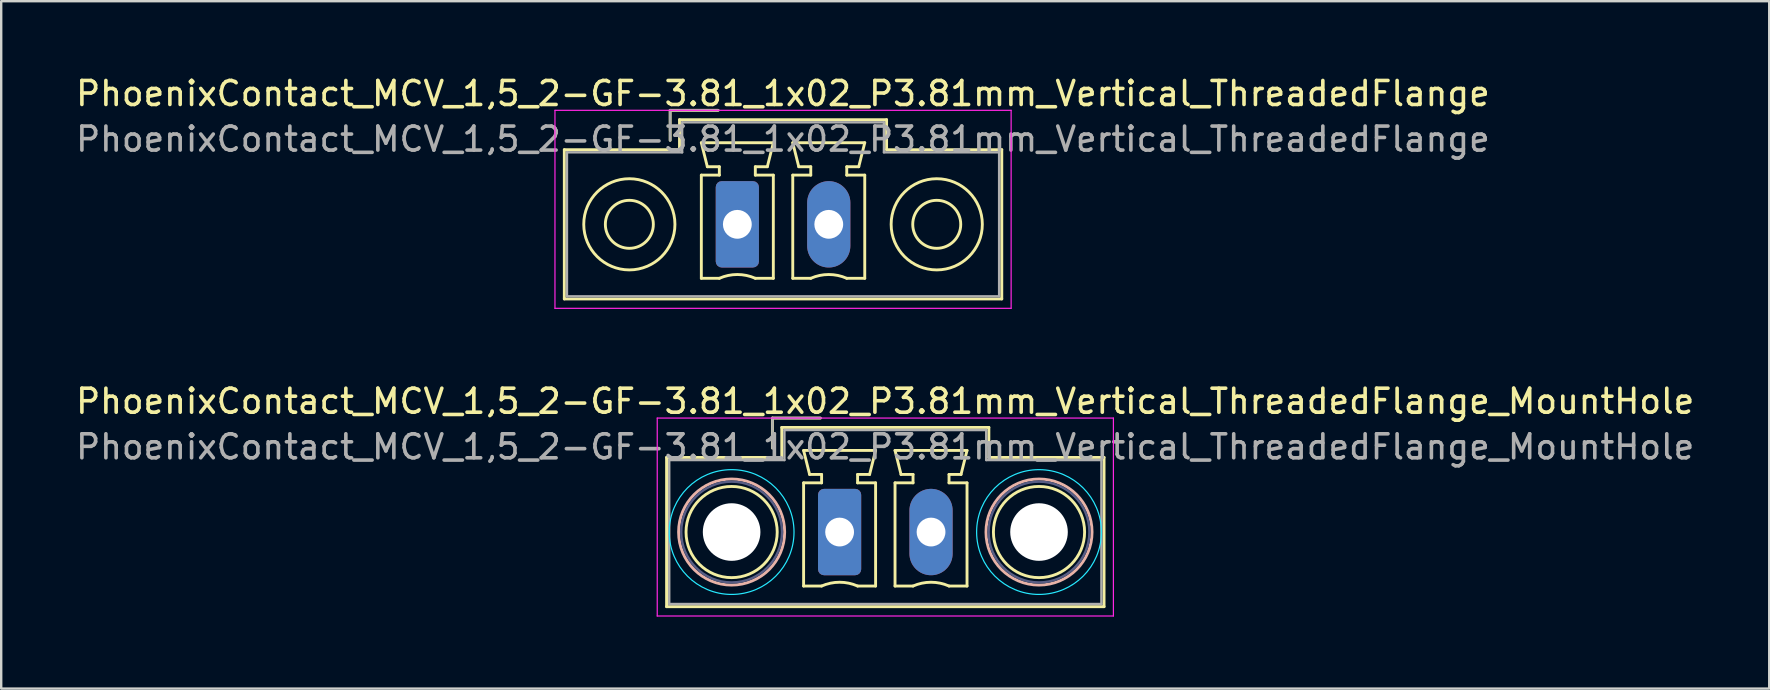
<source format=kicad_pcb>
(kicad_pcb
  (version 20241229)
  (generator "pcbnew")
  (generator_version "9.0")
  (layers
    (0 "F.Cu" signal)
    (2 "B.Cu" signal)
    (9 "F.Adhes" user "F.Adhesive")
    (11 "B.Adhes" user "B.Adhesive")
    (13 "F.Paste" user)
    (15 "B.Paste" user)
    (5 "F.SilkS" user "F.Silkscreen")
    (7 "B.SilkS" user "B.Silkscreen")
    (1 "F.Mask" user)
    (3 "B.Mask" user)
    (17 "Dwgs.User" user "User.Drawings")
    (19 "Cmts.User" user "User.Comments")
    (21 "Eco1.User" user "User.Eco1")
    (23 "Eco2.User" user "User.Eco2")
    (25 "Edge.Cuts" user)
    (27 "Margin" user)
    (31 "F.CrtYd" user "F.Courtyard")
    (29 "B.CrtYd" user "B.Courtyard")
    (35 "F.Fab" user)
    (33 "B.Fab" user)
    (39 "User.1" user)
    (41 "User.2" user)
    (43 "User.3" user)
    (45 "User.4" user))
  (footprint "PhoenixContact_MCV_1,5_2-GF-3.81_1x02_P3.81mm_Vertical_ThreadedFlange"
    (layer "F.Cu")
    (at 27.677 6.298)
    (property "Reference" "PhoenixContact_MCV_1,5_2-GF-3.81_1x02_P3.81mm_Vertical_ThreadedFlange" (at 1.9 -5.45 0) (layer "F.SilkS") (effects (font (size 1 1) (thickness 0.15))))
    (attr through_hole)
    (fp_line (start -7.21 -3.11) (end -7.21 3.11) (stroke (width 0.12) (type solid)) (layer "F.SilkS"))
    (fp_line (start -7.21 3.11) (end 11.02 3.11) (stroke (width 0.12) (type solid)) (layer "F.SilkS"))
    (fp_line (start -2.8 -4.75) (end -0.8 -4.75) (stroke (width 0.12) (type solid)) (layer "F.SilkS"))
    (fp_line (start -2.8 -3.5) (end -2.8 -4.75) (stroke (width 0.12) (type solid)) (layer "F.SilkS"))
    (fp_line (start -2.41 -4.36) (end -2.41 -3.11) (stroke (width 0.12) (type solid)) (layer "F.SilkS"))
    (fp_line (start -2.41 -3.11) (end -7.21 -3.11) (stroke (width 0.12) (type solid)) (layer "F.SilkS"))
    (fp_line (start -1.5 -3.4) (end 1.5 -3.4) (stroke (width 0.12) (type solid)) (layer "F.SilkS"))
    (fp_line (start -1.5 -2.05) (end -0.75 -2.05) (stroke (width 0.12) (type solid)) (layer "F.SilkS"))
    (fp_line (start -1.5 2.25) (end -1.5 -2.05) (stroke (width 0.12) (type solid)) (layer "F.SilkS"))
    (fp_line (start -1.25 -2.4) (end -1.5 -3.4) (stroke (width 0.12) (type solid)) (layer "F.SilkS"))
    (fp_line (start -0.75 -2.4) (end -1.25 -2.4) (stroke (width 0.12) (type solid)) (layer "F.SilkS"))
    (fp_line (start -0.75 -2.05) (end -0.75 -2.4) (stroke (width 0.12) (type solid)) (layer "F.SilkS"))
    (fp_line (start -0.75 2.25) (end -1.5 2.25) (stroke (width 0.12) (type solid)) (layer "F.SilkS"))
    (fp_line (start 0.75 -2.4) (end 0.75 -2.05) (stroke (width 0.12) (type solid)) (layer "F.SilkS"))
    (fp_line (start 0.75 -2.05) (end 1.5 -2.05) (stroke (width 0.12) (type solid)) (layer "F.SilkS"))
    (fp_line (start 1.25 -2.4) (end 0.75 -2.4) (stroke (width 0.12) (type solid)) (layer "F.SilkS"))
    (fp_line (start 1.5 -3.4) (end 1.25 -2.4) (stroke (width 0.12) (type solid)) (layer "F.SilkS"))
    (fp_line (start 1.5 -2.05) (end 1.5 2.25) (stroke (width 0.12) (type solid)) (layer "F.SilkS"))
    (fp_line (start 1.5 2.25) (end 0.75 2.25) (stroke (width 0.12) (type solid)) (layer "F.SilkS"))
    (fp_line (start 2.31 -3.4) (end 5.31 -3.4) (stroke (width 0.12) (type solid)) (layer "F.SilkS"))
    (fp_line (start 2.31 -2.05) (end 3.06 -2.05) (stroke (width 0.12) (type solid)) (layer "F.SilkS"))
    (fp_line (start 2.31 2.25) (end 2.31 -2.05) (stroke (width 0.12) (type solid)) (layer "F.SilkS"))
    (fp_line (start 2.56 -2.4) (end 2.31 -3.4) (stroke (width 0.12) (type solid)) (layer "F.SilkS"))
    (fp_line (start 3.06 -2.4) (end 2.56 -2.4) (stroke (width 0.12) (type solid)) (layer "F.SilkS"))
    (fp_line (start 3.06 -2.05) (end 3.06 -2.4) (stroke (width 0.12) (type solid)) (layer "F.SilkS"))
    (fp_line (start 3.06 2.25) (end 2.31 2.25) (stroke (width 0.12) (type solid)) (layer "F.SilkS"))
    (fp_line (start 4.56 -2.4) (end 4.56 -2.05) (stroke (width 0.12) (type solid)) (layer "F.SilkS"))
    (fp_line (start 4.56 -2.05) (end 5.31 -2.05) (stroke (width 0.12) (type solid)) (layer "F.SilkS"))
    (fp_line (start 5.06 -2.4) (end 4.56 -2.4) (stroke (width 0.12) (type solid)) (layer "F.SilkS"))
    (fp_line (start 5.31 -3.4) (end 5.06 -2.4) (stroke (width 0.12) (type solid)) (layer "F.SilkS"))
    (fp_line (start 5.31 -2.05) (end 5.31 2.25) (stroke (width 0.12) (type solid)) (layer "F.SilkS"))
    (fp_line (start 5.31 2.25) (end 4.56 2.25) (stroke (width 0.12) (type solid)) (layer "F.SilkS"))
    (fp_line (start 6.22 -4.36) (end -2.41 -4.36) (stroke (width 0.12) (type solid)) (layer "F.SilkS"))
    (fp_line (start 6.22 -3.11) (end 6.22 -4.36) (stroke (width 0.12) (type solid)) (layer "F.SilkS"))
    (fp_line (start 11.02 -3.11) (end 6.22 -3.11) (stroke (width 0.12) (type solid)) (layer "F.SilkS"))
    (fp_line (start 11.02 3.11) (end 11.02 -3.11) (stroke (width 0.12) (type solid)) (layer "F.SilkS"))
    (fp_arc (start -0.75 2.25) (mid -0.000193 2.09191) (end 0.749647 2.249844) (stroke (width 0.12) (type solid)) (layer "F.SilkS"))
    (fp_arc (start 3.06 2.25) (mid 3.809807 2.09191) (end 4.559647 2.249844) (stroke (width 0.12) (type solid)) (layer "F.SilkS"))
    (fp_circle (center -4.5 0) (end -3.5 0) (stroke (width 0.12) (type solid)) (fill no) (layer "F.SilkS"))
    (fp_circle (center -4.5 0) (end -2.6 0) (stroke (width 0.12) (type solid)) (fill no) (layer "F.SilkS"))
    (fp_circle (center 8.31 0) (end 9.31 0) (stroke (width 0.12) (type solid)) (fill no) (layer "F.SilkS"))
    (fp_circle (center 8.31 0) (end 10.21 0) (stroke (width 0.12) (type solid)) (fill no) (layer "F.SilkS"))
    (fp_line (start -7.6 -4.75) (end -7.6 3.5) (stroke (width 0.05) (type solid)) (layer "F.CrtYd"))
    (fp_line (start -7.6 3.5) (end 11.41 3.5) (stroke (width 0.05) (type solid)) (layer "F.CrtYd"))
    (fp_line (start 11.41 -4.75) (end -7.6 -4.75) (stroke (width 0.05) (type solid)) (layer "F.CrtYd"))
    (fp_line (start 11.41 3.5) (end 11.41 -4.75) (stroke (width 0.05) (type solid)) (layer "F.CrtYd"))
    (fp_line (start -7.1 -3) (end -7.1 3) (stroke (width 0.1) (type solid)) (layer "F.Fab"))
    (fp_line (start -7.1 3) (end 10.91 3) (stroke (width 0.1) (type solid)) (layer "F.Fab"))
    (fp_line (start -2.8 -4.75) (end -0.8 -4.75) (stroke (width 0.1) (type solid)) (layer "F.Fab"))
    (fp_line (start -2.8 -3.5) (end -2.8 -4.75) (stroke (width 0.1) (type solid)) (layer "F.Fab"))
    (fp_line (start -2.3 -4.25) (end -2.3 -3) (stroke (width 0.1) (type solid)) (layer "F.Fab"))
    (fp_line (start -2.3 -3) (end -7.1 -3) (stroke (width 0.1) (type solid)) (layer "F.Fab"))
    (fp_line (start 6.11 -4.25) (end -2.3 -4.25) (stroke (width 0.1) (type solid)) (layer "F.Fab"))
    (fp_line (start 6.11 -3) (end 6.11 -4.25) (stroke (width 0.1) (type solid)) (layer "F.Fab"))
    (fp_line (start 10.91 -3) (end 6.11 -3) (stroke (width 0.1) (type solid)) (layer "F.Fab"))
    (fp_line (start 10.91 3) (end 10.91 -3) (stroke (width 0.1) (type solid)) (layer "F.Fab"))
    (fp_text user "${REFERENCE}" (at 1.9 -3.55 0) (layer "F.Fab") (effects (font (size 1 1) (thickness 0.15))))
    (pad "1" thru_hole roundrect (at 0 0) (size 1.8 3.6) (drill 1.2) (layers "*.Cu" "*.Mask") (roundrect_rratio 0.139))
    (pad "2" thru_hole oval (at 3.81 0) (size 1.8 3.6) (drill 1.2) (layers "*.Cu" "*.Mask")))
  (footprint "PhoenixContact_MCV_1,5_2-GF-3.81_1x02_P3.81mm_Vertical_ThreadedFlange_MountHole"
    (layer "F.Cu")
    (at 31.939 19.122)
    (property "Reference" "PhoenixContact_MCV_1,5_2-GF-3.81_1x02_P3.81mm_Vertical_ThreadedFlange_MountHole" (at 1.9 -5.45 0) (layer "F.SilkS") (effects (font (size 1 1) (thickness 0.15))))
    (attr through_hole)
    (fp_line (start -7.21 -3.11) (end -7.21 3.11) (stroke (width 0.12) (type solid)) (layer "F.SilkS"))
    (fp_line (start -7.21 3.11) (end 11.02 3.11) (stroke (width 0.12) (type solid)) (layer "F.SilkS"))
    (fp_line (start -2.8 -4.75) (end -0.8 -4.75) (stroke (width 0.12) (type solid)) (layer "F.SilkS"))
    (fp_line (start -2.8 -3.5) (end -2.8 -4.75) (stroke (width 0.12) (type solid)) (layer "F.SilkS"))
    (fp_line (start -2.41 -4.36) (end -2.41 -3.11) (stroke (width 0.12) (type solid)) (layer "F.SilkS"))
    (fp_line (start -2.41 -3.11) (end -7.21 -3.11) (stroke (width 0.12) (type solid)) (layer "F.SilkS"))
    (fp_line (start -1.5 -3.4) (end 1.5 -3.4) (stroke (width 0.12) (type solid)) (layer "F.SilkS"))
    (fp_line (start -1.5 -2.05) (end -0.75 -2.05) (stroke (width 0.12) (type solid)) (layer "F.SilkS"))
    (fp_line (start -1.5 2.25) (end -1.5 -2.05) (stroke (width 0.12) (type solid)) (layer "F.SilkS"))
    (fp_line (start -1.25 -2.4) (end -1.5 -3.4) (stroke (width 0.12) (type solid)) (layer "F.SilkS"))
    (fp_line (start -0.75 -2.4) (end -1.25 -2.4) (stroke (width 0.12) (type solid)) (layer "F.SilkS"))
    (fp_line (start -0.75 -2.05) (end -0.75 -2.4) (stroke (width 0.12) (type solid)) (layer "F.SilkS"))
    (fp_line (start -0.75 2.25) (end -1.5 2.25) (stroke (width 0.12) (type solid)) (layer "F.SilkS"))
    (fp_line (start 0.75 -2.4) (end 0.75 -2.05) (stroke (width 0.12) (type solid)) (layer "F.SilkS"))
    (fp_line (start 0.75 -2.05) (end 1.5 -2.05) (stroke (width 0.12) (type solid)) (layer "F.SilkS"))
    (fp_line (start 1.25 -2.4) (end 0.75 -2.4) (stroke (width 0.12) (type solid)) (layer "F.SilkS"))
    (fp_line (start 1.5 -3.4) (end 1.25 -2.4) (stroke (width 0.12) (type solid)) (layer "F.SilkS"))
    (fp_line (start 1.5 -2.05) (end 1.5 2.25) (stroke (width 0.12) (type solid)) (layer "F.SilkS"))
    (fp_line (start 1.5 2.25) (end 0.75 2.25) (stroke (width 0.12) (type solid)) (layer "F.SilkS"))
    (fp_line (start 2.31 -3.4) (end 5.31 -3.4) (stroke (width 0.12) (type solid)) (layer "F.SilkS"))
    (fp_line (start 2.31 -2.05) (end 3.06 -2.05) (stroke (width 0.12) (type solid)) (layer "F.SilkS"))
    (fp_line (start 2.31 2.25) (end 2.31 -2.05) (stroke (width 0.12) (type solid)) (layer "F.SilkS"))
    (fp_line (start 2.56 -2.4) (end 2.31 -3.4) (stroke (width 0.12) (type solid)) (layer "F.SilkS"))
    (fp_line (start 3.06 -2.4) (end 2.56 -2.4) (stroke (width 0.12) (type solid)) (layer "F.SilkS"))
    (fp_line (start 3.06 -2.05) (end 3.06 -2.4) (stroke (width 0.12) (type solid)) (layer "F.SilkS"))
    (fp_line (start 3.06 2.25) (end 2.31 2.25) (stroke (width 0.12) (type solid)) (layer "F.SilkS"))
    (fp_line (start 4.56 -2.4) (end 4.56 -2.05) (stroke (width 0.12) (type solid)) (layer "F.SilkS"))
    (fp_line (start 4.56 -2.05) (end 5.31 -2.05) (stroke (width 0.12) (type solid)) (layer "F.SilkS"))
    (fp_line (start 5.06 -2.4) (end 4.56 -2.4) (stroke (width 0.12) (type solid)) (layer "F.SilkS"))
    (fp_line (start 5.31 -3.4) (end 5.06 -2.4) (stroke (width 0.12) (type solid)) (layer "F.SilkS"))
    (fp_line (start 5.31 -2.05) (end 5.31 2.25) (stroke (width 0.12) (type solid)) (layer "F.SilkS"))
    (fp_line (start 5.31 2.25) (end 4.56 2.25) (stroke (width 0.12) (type solid)) (layer "F.SilkS"))
    (fp_line (start 6.22 -4.36) (end -2.41 -4.36) (stroke (width 0.12) (type solid)) (layer "F.SilkS"))
    (fp_line (start 6.22 -3.11) (end 6.22 -4.36) (stroke (width 0.12) (type solid)) (layer "F.SilkS"))
    (fp_line (start 11.02 -3.11) (end 6.22 -3.11) (stroke (width 0.12) (type solid)) (layer "F.SilkS"))
    (fp_line (start 11.02 3.11) (end 11.02 -3.11) (stroke (width 0.12) (type solid)) (layer "F.SilkS"))
    (fp_arc (start -0.75 2.25) (mid -0.000193 2.09191) (end 0.749647 2.249844) (stroke (width 0.12) (type solid)) (layer "F.SilkS"))
    (fp_arc (start 3.06 2.25) (mid 3.809807 2.09191) (end 4.559647 2.249844) (stroke (width 0.12) (type solid)) (layer "F.SilkS"))
    (fp_circle (center -4.5 0) (end -2.6 0) (stroke (width 0.12) (type solid)) (fill no) (layer "F.SilkS"))
    (fp_circle (center 8.31 0) (end 10.21 0) (stroke (width 0.12) (type solid)) (fill no) (layer "F.SilkS"))
    (fp_circle (center -4.5 0) (end -2.29 0) (stroke (width 0.12) (type solid)) (fill no) (layer "B.SilkS"))
    (fp_circle (center 8.31 0) (end 10.52 0) (stroke (width 0.12) (type solid)) (fill no) (layer "B.SilkS"))
    (fp_circle (center -4.5 0) (end -1.9 0) (stroke (width 0.05) (type solid)) (fill no) (layer "B.CrtYd"))
    (fp_circle (center 8.31 0) (end 10.91 0) (stroke (width 0.05) (type solid)) (fill no) (layer "B.CrtYd"))
    (fp_line (start -7.6 -4.75) (end -7.6 3.5) (stroke (width 0.05) (type solid)) (layer "F.CrtYd"))
    (fp_line (start -7.6 3.5) (end 11.41 3.5) (stroke (width 0.05) (type solid)) (layer "F.CrtYd"))
    (fp_line (start 11.41 -4.75) (end -7.6 -4.75) (stroke (width 0.05) (type solid)) (layer "F.CrtYd"))
    (fp_line (start 11.41 3.5) (end 11.41 -4.75) (stroke (width 0.05) (type solid)) (layer "F.CrtYd"))
    (fp_circle (center -4.5 0) (end -2.4 0) (stroke (width 0.1) (type solid)) (fill no) (layer "B.Fab"))
    (fp_circle (center 8.31 0) (end 10.41 0) (stroke (width 0.1) (type solid)) (fill no) (layer "B.Fab"))
    (fp_line (start -7.1 -3) (end -7.1 3) (stroke (width 0.1) (type solid)) (layer "F.Fab"))
    (fp_line (start -7.1 3) (end 10.91 3) (stroke (width 0.1) (type solid)) (layer "F.Fab"))
    (fp_line (start -2.8 -4.75) (end -0.8 -4.75) (stroke (width 0.1) (type solid)) (layer "F.Fab"))
    (fp_line (start -2.8 -3.5) (end -2.8 -4.75) (stroke (width 0.1) (type solid)) (layer "F.Fab"))
    (fp_line (start -2.3 -4.25) (end -2.3 -3) (stroke (width 0.1) (type solid)) (layer "F.Fab"))
    (fp_line (start -2.3 -3) (end -7.1 -3) (stroke (width 0.1) (type solid)) (layer "F.Fab"))
    (fp_line (start 6.11 -4.25) (end -2.3 -4.25) (stroke (width 0.1) (type solid)) (layer "F.Fab"))
    (fp_line (start 6.11 -3) (end 6.11 -4.25) (stroke (width 0.1) (type solid)) (layer "F.Fab"))
    (fp_line (start 10.91 -3) (end 6.11 -3) (stroke (width 0.1) (type solid)) (layer "F.Fab"))
    (fp_line (start 10.91 3) (end 10.91 -3) (stroke (width 0.1) (type solid)) (layer "F.Fab"))
    (fp_text user "${REFERENCE}" (at 1.9 -3.55 0) (layer "F.Fab") (effects (font (size 1 1) (thickness 0.15))))
    (pad "" np_thru_hole circle (at -4.5 0) (size 2.4 2.4) (drill 2.4) (layers "*.Cu" "*.Mask"))
    (pad "" np_thru_hole circle (at 8.31 0) (size 2.4 2.4) (drill 2.4) (layers "*.Cu" "*.Mask"))
    (pad "1" thru_hole roundrect (at 0 0) (size 1.8 3.6) (drill 1.2) (layers "*.Cu" "*.Mask") (roundrect_rratio 0.139))
    (pad "2" thru_hole oval (at 3.81 0) (size 1.8 3.6) (drill 1.2) (layers "*.Cu" "*.Mask")))
  (gr_rect
    (start -3 -3)
    (end 70.679 25.646)
    (stroke (width 0.1) (type default))
    (fill no)
    (layer "Edge.Cuts")))
</source>
